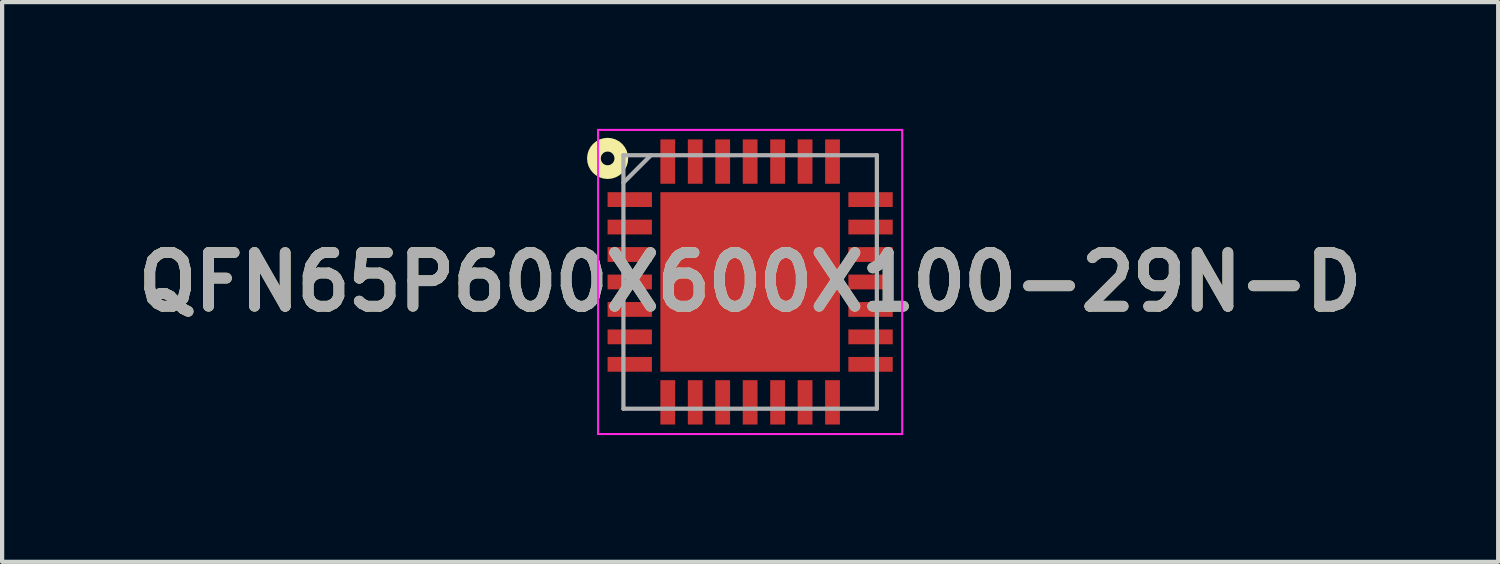
<source format=kicad_pcb>
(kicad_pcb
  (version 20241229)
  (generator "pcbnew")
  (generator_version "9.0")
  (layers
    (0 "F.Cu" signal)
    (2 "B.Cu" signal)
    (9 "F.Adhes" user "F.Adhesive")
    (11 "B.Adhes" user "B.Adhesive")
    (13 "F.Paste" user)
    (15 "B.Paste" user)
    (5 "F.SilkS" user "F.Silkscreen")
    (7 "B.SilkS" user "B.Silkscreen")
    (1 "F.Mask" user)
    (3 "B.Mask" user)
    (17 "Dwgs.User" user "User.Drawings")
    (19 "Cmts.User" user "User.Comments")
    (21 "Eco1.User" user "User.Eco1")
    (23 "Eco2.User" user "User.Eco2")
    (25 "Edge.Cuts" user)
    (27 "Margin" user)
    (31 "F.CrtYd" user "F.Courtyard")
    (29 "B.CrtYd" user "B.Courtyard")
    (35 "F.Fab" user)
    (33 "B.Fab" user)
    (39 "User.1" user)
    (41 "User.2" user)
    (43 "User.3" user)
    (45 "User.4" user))
  (footprint "QFN65P600X600X100-29N-D"
    (layer "F.Cu")
    (at 14.708 3.625)
    (property "Reference" "QFN65P600X600X100-29N-D" (at 0 0 0) (layer "F.SilkS") (effects (font (size 1.27 1.27) (thickness 0.254))))
    (attr smd)
    (fp_circle (center -3.374 -2.925) (end -3.374 -2.763) (stroke (width 0.325) (type solid)) (fill no) (layer "F.SilkS"))
    (fp_line (start -3.6 -3.6) (end 3.6 -3.6) (stroke (width 0.05) (type solid)) (layer "F.CrtYd"))
    (fp_line (start -3.6 3.6) (end -3.6 -3.6) (stroke (width 0.05) (type solid)) (layer "F.CrtYd"))
    (fp_line (start 3.6 -3.6) (end 3.6 3.6) (stroke (width 0.05) (type solid)) (layer "F.CrtYd"))
    (fp_line (start 3.6 3.6) (end -3.6 3.6) (stroke (width 0.05) (type solid)) (layer "F.CrtYd"))
    (fp_line (start -3 -3) (end 3 -3) (stroke (width 0.1) (type solid)) (layer "F.Fab"))
    (fp_line (start -3 -2.35) (end -2.35 -3) (stroke (width 0.1) (type solid)) (layer "F.Fab"))
    (fp_line (start -3 3) (end -3 -3) (stroke (width 0.1) (type solid)) (layer "F.Fab"))
    (fp_line (start 3 -3) (end 3 3) (stroke (width 0.1) (type solid)) (layer "F.Fab"))
    (fp_line (start 3 3) (end -3 3) (stroke (width 0.1) (type solid)) (layer "F.Fab"))
    (fp_text user "${REFERENCE}" (at 0 0 0) (layer "F.Fab") (effects (font (size 1.27 1.27) (thickness 0.254))))
    (pad "1" smd rect (at -2.85 -1.95 90) (size 0.35 1.05) (layers "F.Cu" "F.Mask" "F.Paste"))
    (pad "2" smd rect (at -2.85 -1.3 90) (size 0.35 1.05) (layers "F.Cu" "F.Mask" "F.Paste"))
    (pad "3" smd rect (at -2.85 -0.65 90) (size 0.35 1.05) (layers "F.Cu" "F.Mask" "F.Paste"))
    (pad "4" smd rect (at -2.85 0 90) (size 0.35 1.05) (layers "F.Cu" "F.Mask" "F.Paste"))
    (pad "5" smd rect (at -2.85 0.65 90) (size 0.35 1.05) (layers "F.Cu" "F.Mask" "F.Paste"))
    (pad "6" smd rect (at -2.85 1.3 90) (size 0.35 1.05) (layers "F.Cu" "F.Mask" "F.Paste"))
    (pad "7" smd rect (at -2.85 1.95 90) (size 0.35 1.05) (layers "F.Cu" "F.Mask" "F.Paste"))
    (pad "8" smd rect (at -1.95 2.85) (size 0.35 1.05) (layers "F.Cu" "F.Mask" "F.Paste"))
    (pad "9" smd rect (at -1.3 2.85) (size 0.35 1.05) (layers "F.Cu" "F.Mask" "F.Paste"))
    (pad "10" smd rect (at -0.65 2.85) (size 0.35 1.05) (layers "F.Cu" "F.Mask" "F.Paste"))
    (pad "11" smd rect (at 0 2.85) (size 0.35 1.05) (layers "F.Cu" "F.Mask" "F.Paste"))
    (pad "12" smd rect (at 0.65 2.85) (size 0.35 1.05) (layers "F.Cu" "F.Mask" "F.Paste"))
    (pad "13" smd rect (at 1.3 2.85) (size 0.35 1.05) (layers "F.Cu" "F.Mask" "F.Paste"))
    (pad "14" smd rect (at 1.95 2.85) (size 0.35 1.05) (layers "F.Cu" "F.Mask" "F.Paste"))
    (pad "15" smd rect (at 2.85 1.95 90) (size 0.35 1.05) (layers "F.Cu" "F.Mask" "F.Paste"))
    (pad "16" smd rect (at 2.85 1.3 90) (size 0.35 1.05) (layers "F.Cu" "F.Mask" "F.Paste"))
    (pad "17" smd rect (at 2.85 0.65 90) (size 0.35 1.05) (layers "F.Cu" "F.Mask" "F.Paste"))
    (pad "18" smd rect (at 2.85 0 90) (size 0.35 1.05) (layers "F.Cu" "F.Mask" "F.Paste"))
    (pad "19" smd rect (at 2.85 -0.65 90) (size 0.35 1.05) (layers "F.Cu" "F.Mask" "F.Paste"))
    (pad "20" smd rect (at 2.85 -1.3 90) (size 0.35 1.05) (layers "F.Cu" "F.Mask" "F.Paste"))
    (pad "21" smd rect (at 2.85 -1.95 90) (size 0.35 1.05) (layers "F.Cu" "F.Mask" "F.Paste"))
    (pad "22" smd rect (at 1.95 -2.85) (size 0.35 1.05) (layers "F.Cu" "F.Mask" "F.Paste"))
    (pad "23" smd rect (at 1.3 -2.85) (size 0.35 1.05) (layers "F.Cu" "F.Mask" "F.Paste"))
    (pad "24" smd rect (at 0.65 -2.85) (size 0.35 1.05) (layers "F.Cu" "F.Mask" "F.Paste"))
    (pad "25" smd rect (at 0 -2.85) (size 0.35 1.05) (layers "F.Cu" "F.Mask" "F.Paste"))
    (pad "26" smd rect (at -0.65 -2.85) (size 0.35 1.05) (layers "F.Cu" "F.Mask" "F.Paste"))
    (pad "27" smd rect (at -1.3 -2.85) (size 0.35 1.05) (layers "F.Cu" "F.Mask" "F.Paste"))
    (pad "28" smd rect (at -1.95 -2.85) (size 0.35 1.05) (layers "F.Cu" "F.Mask" "F.Paste"))
    (pad "29" smd rect (at 0 0) (size 4.25 4.25) (layers "F.Cu" "F.Mask" "F.Paste")))
  (gr_rect
    (start -3 -3)
    (end 32.416 10.25)
    (stroke (width 0.1) (type default))
    (fill no)
    (layer "Edge.Cuts")))
</source>
